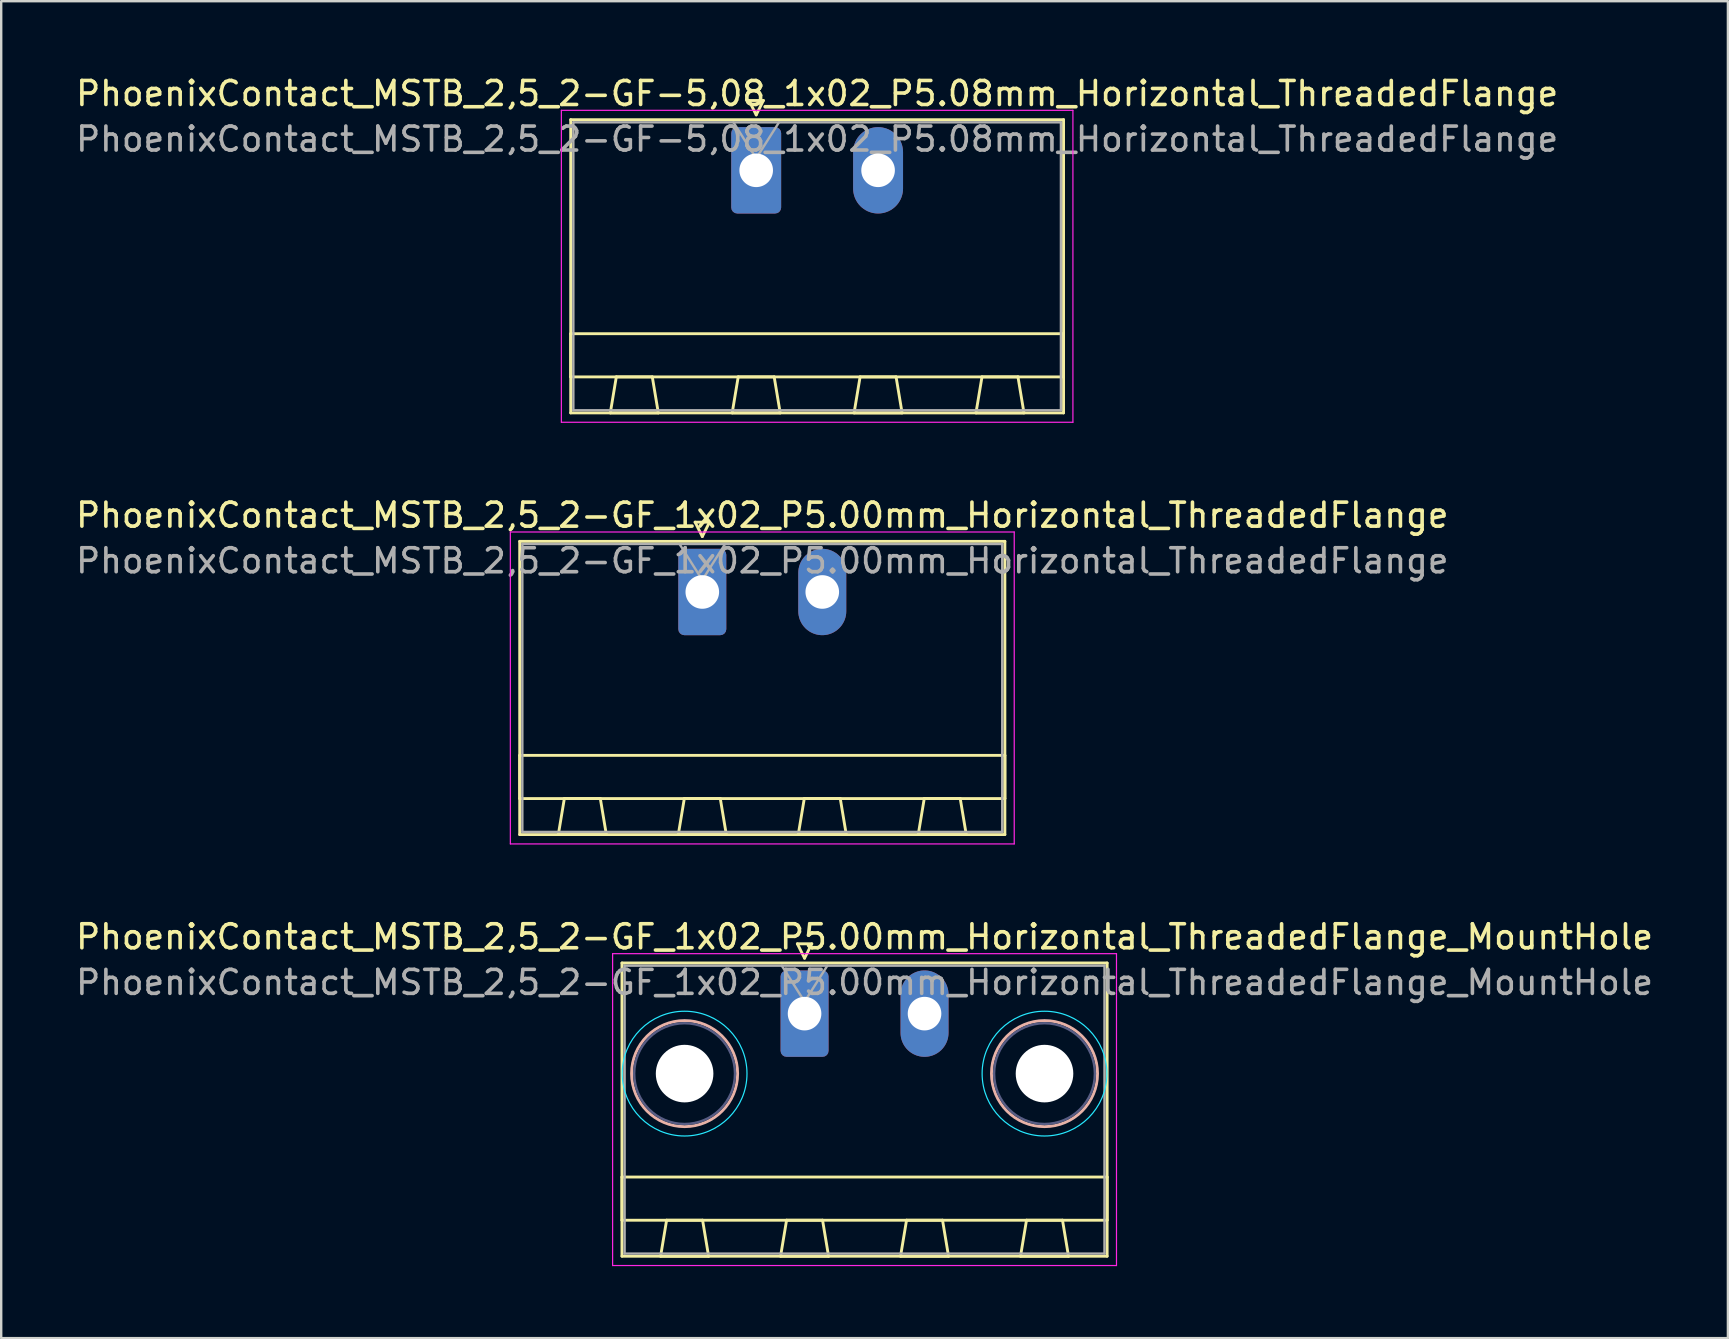
<source format=kicad_pcb>
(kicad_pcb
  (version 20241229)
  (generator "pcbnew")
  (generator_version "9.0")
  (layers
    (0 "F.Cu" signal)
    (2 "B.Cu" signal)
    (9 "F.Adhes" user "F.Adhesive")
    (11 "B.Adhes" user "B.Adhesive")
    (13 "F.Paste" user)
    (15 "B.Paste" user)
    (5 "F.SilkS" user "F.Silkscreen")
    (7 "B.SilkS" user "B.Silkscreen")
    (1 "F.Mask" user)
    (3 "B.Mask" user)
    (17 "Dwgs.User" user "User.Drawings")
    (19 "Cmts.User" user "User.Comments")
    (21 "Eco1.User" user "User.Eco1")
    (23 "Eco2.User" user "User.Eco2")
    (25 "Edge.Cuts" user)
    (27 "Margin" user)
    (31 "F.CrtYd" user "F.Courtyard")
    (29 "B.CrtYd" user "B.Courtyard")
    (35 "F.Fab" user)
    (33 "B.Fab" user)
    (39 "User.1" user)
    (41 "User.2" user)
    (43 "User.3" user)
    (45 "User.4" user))
  (footprint "PhoenixContact_MSTB_2,5_2-GF_1x02_P5.00mm_Horizontal_ThreadedFlange_MountHole"
    (layer "F.Cu")
    (at 30.482 39.195)
    (property "Reference" "PhoenixContact_MSTB_2,5_2-GF_1x02_P5.00mm_Horizontal_ThreadedFlange_MountHole" (at 2.5 -3.2 0) (layer "F.SilkS") (effects (font (size 1 1) (thickness 0.15))))
    (attr through_hole)
    (fp_line (start -7.61 -2.11) (end -7.61 10.11) (stroke (width 0.12) (type solid)) (layer "F.SilkS"))
    (fp_line (start -7.61 6.81) (end 12.61 6.81) (stroke (width 0.12) (type solid)) (layer "F.SilkS"))
    (fp_line (start -7.61 8.61) (end -7.61 6.81) (stroke (width 0.12) (type solid)) (layer "F.SilkS"))
    (fp_line (start -7.61 10.11) (end 12.61 10.11) (stroke (width 0.12) (type solid)) (layer "F.SilkS"))
    (fp_line (start -6 10.11) (end -4 10.11) (stroke (width 0.12) (type solid)) (layer "F.SilkS"))
    (fp_line (start -5.75 8.61) (end -6 10.11) (stroke (width 0.12) (type solid)) (layer "F.SilkS"))
    (fp_line (start -4.25 8.61) (end -5.75 8.61) (stroke (width 0.12) (type solid)) (layer "F.SilkS"))
    (fp_line (start -4 10.11) (end -4.25 8.61) (stroke (width 0.12) (type solid)) (layer "F.SilkS"))
    (fp_line (start -1 10.11) (end 1 10.11) (stroke (width 0.12) (type solid)) (layer "F.SilkS"))
    (fp_line (start -0.75 8.61) (end -1 10.11) (stroke (width 0.12) (type solid)) (layer "F.SilkS"))
    (fp_line (start -0.3 -2.91) (end 0.3 -2.91) (stroke (width 0.12) (type solid)) (layer "F.SilkS"))
    (fp_line (start 0 -2.31) (end -0.3 -2.91) (stroke (width 0.12) (type solid)) (layer "F.SilkS"))
    (fp_line (start 0.3 -2.91) (end 0 -2.31) (stroke (width 0.12) (type solid)) (layer "F.SilkS"))
    (fp_line (start 0.75 8.61) (end -0.75 8.61) (stroke (width 0.12) (type solid)) (layer "F.SilkS"))
    (fp_line (start 1 10.11) (end 0.75 8.61) (stroke (width 0.12) (type solid)) (layer "F.SilkS"))
    (fp_line (start 4 10.11) (end 6 10.11) (stroke (width 0.12) (type solid)) (layer "F.SilkS"))
    (fp_line (start 4.25 8.61) (end 4 10.11) (stroke (width 0.12) (type solid)) (layer "F.SilkS"))
    (fp_line (start 5.75 8.61) (end 4.25 8.61) (stroke (width 0.12) (type solid)) (layer "F.SilkS"))
    (fp_line (start 6 10.11) (end 5.75 8.61) (stroke (width 0.12) (type solid)) (layer "F.SilkS"))
    (fp_line (start 9 10.11) (end 11 10.11) (stroke (width 0.12) (type solid)) (layer "F.SilkS"))
    (fp_line (start 9.25 8.61) (end 9 10.11) (stroke (width 0.12) (type solid)) (layer "F.SilkS"))
    (fp_line (start 10.75 8.61) (end 9.25 8.61) (stroke (width 0.12) (type solid)) (layer "F.SilkS"))
    (fp_line (start 11 10.11) (end 10.75 8.61) (stroke (width 0.12) (type solid)) (layer "F.SilkS"))
    (fp_line (start 12.61 -2.11) (end -7.61 -2.11) (stroke (width 0.12) (type solid)) (layer "F.SilkS"))
    (fp_line (start 12.61 6.81) (end 12.61 8.61) (stroke (width 0.12) (type solid)) (layer "F.SilkS"))
    (fp_line (start 12.61 8.61) (end -7.61 8.61) (stroke (width 0.12) (type solid)) (layer "F.SilkS"))
    (fp_line (start 12.61 10.11) (end 12.61 -2.11) (stroke (width 0.12) (type solid)) (layer "F.SilkS"))
    (fp_circle (center -5 2.5) (end -2.79 2.5) (stroke (width 0.12) (type solid)) (fill no) (layer "B.SilkS"))
    (fp_circle (center 10 2.5) (end 12.21 2.5) (stroke (width 0.12) (type solid)) (fill no) (layer "B.SilkS"))
    (fp_circle (center -5 2.5) (end -2.4 2.5) (stroke (width 0.05) (type solid)) (fill no) (layer "B.CrtYd"))
    (fp_circle (center 10 2.5) (end 12.6 2.5) (stroke (width 0.05) (type solid)) (fill no) (layer "B.CrtYd"))
    (fp_line (start -8 -2.5) (end -8 10.5) (stroke (width 0.05) (type solid)) (layer "F.CrtYd"))
    (fp_line (start -8 10.5) (end 13 10.5) (stroke (width 0.05) (type solid)) (layer "F.CrtYd"))
    (fp_line (start 13 -2.5) (end -8 -2.5) (stroke (width 0.05) (type solid)) (layer "F.CrtYd"))
    (fp_line (start 13 10.5) (end 13 -2.5) (stroke (width 0.05) (type solid)) (layer "F.CrtYd"))
    (fp_circle (center -5 2.5) (end -2.9 2.5) (stroke (width 0.1) (type solid)) (fill no) (layer "B.Fab"))
    (fp_circle (center 10 2.5) (end 12.1 2.5) (stroke (width 0.1) (type solid)) (fill no) (layer "B.Fab"))
    (fp_line (start -7.5 -2) (end -7.5 10) (stroke (width 0.1) (type solid)) (layer "F.Fab"))
    (fp_line (start -7.5 10) (end 12.5 10) (stroke (width 0.1) (type solid)) (layer "F.Fab"))
    (fp_line (start 0 -0.5) (end -0.95 -2) (stroke (width 0.1) (type solid)) (layer "F.Fab"))
    (fp_line (start 0.95 -2) (end 0 -0.5) (stroke (width 0.1) (type solid)) (layer "F.Fab"))
    (fp_line (start 12.5 -2) (end -7.5 -2) (stroke (width 0.1) (type solid)) (layer "F.Fab"))
    (fp_line (start 12.5 10) (end 12.5 -2) (stroke (width 0.1) (type solid)) (layer "F.Fab"))
    (fp_text user "${REFERENCE}" (at 2.5 -1.3 0) (layer "F.Fab") (effects (font (size 1 1) (thickness 0.15))))
    (pad "" np_thru_hole circle (at -5 2.5) (size 2.4 2.4) (drill 2.4) (layers "*.Cu" "*.Mask"))
    (pad "" np_thru_hole circle (at 10 2.5) (size 2.4 2.4) (drill 2.4) (layers "*.Cu" "*.Mask"))
    (pad "1" thru_hole roundrect (at 0 0) (size 2 3.6) (drill 1.4) (layers "*.Cu" "*.Mask") (roundrect_rratio 0.125))
    (pad "2" thru_hole oval (at 5 0) (size 2 3.6) (drill 1.4) (layers "*.Cu" "*.Mask")))
  (footprint "PhoenixContact_MSTB_2,5_2-GF-5,08_1x02_P5.08mm_Horizontal_ThreadedFlange"
    (layer "F.Cu")
    (at 28.466 4.048)
    (property "Reference" "PhoenixContact_MSTB_2,5_2-GF-5,08_1x02_P5.08mm_Horizontal_ThreadedFlange" (at 2.54 -3.2 0) (layer "F.SilkS") (effects (font (size 1 1) (thickness 0.15))))
    (attr through_hole)
    (fp_line (start -7.73 -2.11) (end -7.73 10.11) (stroke (width 0.12) (type solid)) (layer "F.SilkS"))
    (fp_line (start -7.73 6.81) (end 12.81 6.81) (stroke (width 0.12) (type solid)) (layer "F.SilkS"))
    (fp_line (start -7.73 8.61) (end -7.73 6.81) (stroke (width 0.12) (type solid)) (layer "F.SilkS"))
    (fp_line (start -7.73 10.11) (end 12.81 10.11) (stroke (width 0.12) (type solid)) (layer "F.SilkS"))
    (fp_line (start -6.08 10.11) (end -4.08 10.11) (stroke (width 0.12) (type solid)) (layer "F.SilkS"))
    (fp_line (start -5.83 8.61) (end -6.08 10.11) (stroke (width 0.12) (type solid)) (layer "F.SilkS"))
    (fp_line (start -4.33 8.61) (end -5.83 8.61) (stroke (width 0.12) (type solid)) (layer "F.SilkS"))
    (fp_line (start -4.08 10.11) (end -4.33 8.61) (stroke (width 0.12) (type solid)) (layer "F.SilkS"))
    (fp_line (start -1 10.11) (end 1 10.11) (stroke (width 0.12) (type solid)) (layer "F.SilkS"))
    (fp_line (start -0.75 8.61) (end -1 10.11) (stroke (width 0.12) (type solid)) (layer "F.SilkS"))
    (fp_line (start -0.3 -2.91) (end 0.3 -2.91) (stroke (width 0.12) (type solid)) (layer "F.SilkS"))
    (fp_line (start 0 -2.31) (end -0.3 -2.91) (stroke (width 0.12) (type solid)) (layer "F.SilkS"))
    (fp_line (start 0.3 -2.91) (end 0 -2.31) (stroke (width 0.12) (type solid)) (layer "F.SilkS"))
    (fp_line (start 0.75 8.61) (end -0.75 8.61) (stroke (width 0.12) (type solid)) (layer "F.SilkS"))
    (fp_line (start 1 10.11) (end 0.75 8.61) (stroke (width 0.12) (type solid)) (layer "F.SilkS"))
    (fp_line (start 4.08 10.11) (end 6.08 10.11) (stroke (width 0.12) (type solid)) (layer "F.SilkS"))
    (fp_line (start 4.33 8.61) (end 4.08 10.11) (stroke (width 0.12) (type solid)) (layer "F.SilkS"))
    (fp_line (start 5.83 8.61) (end 4.33 8.61) (stroke (width 0.12) (type solid)) (layer "F.SilkS"))
    (fp_line (start 6.08 10.11) (end 5.83 8.61) (stroke (width 0.12) (type solid)) (layer "F.SilkS"))
    (fp_line (start 9.16 10.11) (end 11.16 10.11) (stroke (width 0.12) (type solid)) (layer "F.SilkS"))
    (fp_line (start 9.41 8.61) (end 9.16 10.11) (stroke (width 0.12) (type solid)) (layer "F.SilkS"))
    (fp_line (start 10.91 8.61) (end 9.41 8.61) (stroke (width 0.12) (type solid)) (layer "F.SilkS"))
    (fp_line (start 11.16 10.11) (end 10.91 8.61) (stroke (width 0.12) (type solid)) (layer "F.SilkS"))
    (fp_line (start 12.81 -2.11) (end -7.73 -2.11) (stroke (width 0.12) (type solid)) (layer "F.SilkS"))
    (fp_line (start 12.81 6.81) (end 12.81 8.61) (stroke (width 0.12) (type solid)) (layer "F.SilkS"))
    (fp_line (start 12.81 8.61) (end -7.73 8.61) (stroke (width 0.12) (type solid)) (layer "F.SilkS"))
    (fp_line (start 12.81 10.11) (end 12.81 -2.11) (stroke (width 0.12) (type solid)) (layer "F.SilkS"))
    (fp_line (start -8.12 -2.5) (end -8.12 10.5) (stroke (width 0.05) (type solid)) (layer "F.CrtYd"))
    (fp_line (start -8.12 10.5) (end 13.2 10.5) (stroke (width 0.05) (type solid)) (layer "F.CrtYd"))
    (fp_line (start 13.2 -2.5) (end -8.12 -2.5) (stroke (width 0.05) (type solid)) (layer "F.CrtYd"))
    (fp_line (start 13.2 10.5) (end 13.2 -2.5) (stroke (width 0.05) (type solid)) (layer "F.CrtYd"))
    (fp_line (start -7.62 -2) (end -7.62 10) (stroke (width 0.1) (type solid)) (layer "F.Fab"))
    (fp_line (start -7.62 10) (end 12.7 10) (stroke (width 0.1) (type solid)) (layer "F.Fab"))
    (fp_line (start 0 -0.5) (end -0.95 -2) (stroke (width 0.1) (type solid)) (layer "F.Fab"))
    (fp_line (start 0.95 -2) (end 0 -0.5) (stroke (width 0.1) (type solid)) (layer "F.Fab"))
    (fp_line (start 12.7 -2) (end -7.62 -2) (stroke (width 0.1) (type solid)) (layer "F.Fab"))
    (fp_line (start 12.7 10) (end 12.7 -2) (stroke (width 0.1) (type solid)) (layer "F.Fab"))
    (fp_text user "${REFERENCE}" (at 2.54 -1.3 0) (layer "F.Fab") (effects (font (size 1 1) (thickness 0.15))))
    (pad "1" thru_hole roundrect (at 0 0) (size 2.08 3.6) (drill 1.4) (layers "*.Cu" "*.Mask") (roundrect_rratio 0.12))
    (pad "2" thru_hole oval (at 5.08 0) (size 2.08 3.6) (drill 1.4) (layers "*.Cu" "*.Mask")))
  (footprint "PhoenixContact_MSTB_2,5_2-GF_1x02_P5.00mm_Horizontal_ThreadedFlange"
    (layer "F.Cu")
    (at 26.22 21.622)
    (property "Reference" "PhoenixContact_MSTB_2,5_2-GF_1x02_P5.00mm_Horizontal_ThreadedFlange" (at 2.5 -3.2 0) (layer "F.SilkS") (effects (font (size 1 1) (thickness 0.15))))
    (attr through_hole)
    (fp_line (start -7.61 -2.11) (end -7.61 10.11) (stroke (width 0.12) (type solid)) (layer "F.SilkS"))
    (fp_line (start -7.61 6.81) (end 12.61 6.81) (stroke (width 0.12) (type solid)) (layer "F.SilkS"))
    (fp_line (start -7.61 8.61) (end -7.61 6.81) (stroke (width 0.12) (type solid)) (layer "F.SilkS"))
    (fp_line (start -7.61 10.11) (end 12.61 10.11) (stroke (width 0.12) (type solid)) (layer "F.SilkS"))
    (fp_line (start -6 10.11) (end -4 10.11) (stroke (width 0.12) (type solid)) (layer "F.SilkS"))
    (fp_line (start -5.75 8.61) (end -6 10.11) (stroke (width 0.12) (type solid)) (layer "F.SilkS"))
    (fp_line (start -4.25 8.61) (end -5.75 8.61) (stroke (width 0.12) (type solid)) (layer "F.SilkS"))
    (fp_line (start -4 10.11) (end -4.25 8.61) (stroke (width 0.12) (type solid)) (layer "F.SilkS"))
    (fp_line (start -1 10.11) (end 1 10.11) (stroke (width 0.12) (type solid)) (layer "F.SilkS"))
    (fp_line (start -0.75 8.61) (end -1 10.11) (stroke (width 0.12) (type solid)) (layer "F.SilkS"))
    (fp_line (start -0.3 -2.91) (end 0.3 -2.91) (stroke (width 0.12) (type solid)) (layer "F.SilkS"))
    (fp_line (start 0 -2.31) (end -0.3 -2.91) (stroke (width 0.12) (type solid)) (layer "F.SilkS"))
    (fp_line (start 0.3 -2.91) (end 0 -2.31) (stroke (width 0.12) (type solid)) (layer "F.SilkS"))
    (fp_line (start 0.75 8.61) (end -0.75 8.61) (stroke (width 0.12) (type solid)) (layer "F.SilkS"))
    (fp_line (start 1 10.11) (end 0.75 8.61) (stroke (width 0.12) (type solid)) (layer "F.SilkS"))
    (fp_line (start 4 10.11) (end 6 10.11) (stroke (width 0.12) (type solid)) (layer "F.SilkS"))
    (fp_line (start 4.25 8.61) (end 4 10.11) (stroke (width 0.12) (type solid)) (layer "F.SilkS"))
    (fp_line (start 5.75 8.61) (end 4.25 8.61) (stroke (width 0.12) (type solid)) (layer "F.SilkS"))
    (fp_line (start 6 10.11) (end 5.75 8.61) (stroke (width 0.12) (type solid)) (layer "F.SilkS"))
    (fp_line (start 9 10.11) (end 11 10.11) (stroke (width 0.12) (type solid)) (layer "F.SilkS"))
    (fp_line (start 9.25 8.61) (end 9 10.11) (stroke (width 0.12) (type solid)) (layer "F.SilkS"))
    (fp_line (start 10.75 8.61) (end 9.25 8.61) (stroke (width 0.12) (type solid)) (layer "F.SilkS"))
    (fp_line (start 11 10.11) (end 10.75 8.61) (stroke (width 0.12) (type solid)) (layer "F.SilkS"))
    (fp_line (start 12.61 -2.11) (end -7.61 -2.11) (stroke (width 0.12) (type solid)) (layer "F.SilkS"))
    (fp_line (start 12.61 6.81) (end 12.61 8.61) (stroke (width 0.12) (type solid)) (layer "F.SilkS"))
    (fp_line (start 12.61 8.61) (end -7.61 8.61) (stroke (width 0.12) (type solid)) (layer "F.SilkS"))
    (fp_line (start 12.61 10.11) (end 12.61 -2.11) (stroke (width 0.12) (type solid)) (layer "F.SilkS"))
    (fp_line (start -8 -2.5) (end -8 10.5) (stroke (width 0.05) (type solid)) (layer "F.CrtYd"))
    (fp_line (start -8 10.5) (end 13 10.5) (stroke (width 0.05) (type solid)) (layer "F.CrtYd"))
    (fp_line (start 13 -2.5) (end -8 -2.5) (stroke (width 0.05) (type solid)) (layer "F.CrtYd"))
    (fp_line (start 13 10.5) (end 13 -2.5) (stroke (width 0.05) (type solid)) (layer "F.CrtYd"))
    (fp_line (start -7.5 -2) (end -7.5 10) (stroke (width 0.1) (type solid)) (layer "F.Fab"))
    (fp_line (start -7.5 10) (end 12.5 10) (stroke (width 0.1) (type solid)) (layer "F.Fab"))
    (fp_line (start 0 -0.5) (end -0.95 -2) (stroke (width 0.1) (type solid)) (layer "F.Fab"))
    (fp_line (start 0.95 -2) (end 0 -0.5) (stroke (width 0.1) (type solid)) (layer "F.Fab"))
    (fp_line (start 12.5 -2) (end -7.5 -2) (stroke (width 0.1) (type solid)) (layer "F.Fab"))
    (fp_line (start 12.5 10) (end 12.5 -2) (stroke (width 0.1) (type solid)) (layer "F.Fab"))
    (fp_text user "${REFERENCE}" (at 2.5 -1.3 0) (layer "F.Fab") (effects (font (size 1 1) (thickness 0.15))))
    (pad "1" thru_hole roundrect (at 0 0) (size 2 3.6) (drill 1.4) (layers "*.Cu" "*.Mask") (roundrect_rratio 0.125))
    (pad "2" thru_hole oval (at 5 0) (size 2 3.6) (drill 1.4) (layers "*.Cu" "*.Mask")))
  (gr_rect
    (start -3 -3)
    (end 68.964 52.72)
    (stroke (width 0.1) (type default))
    (fill no)
    (layer "Edge.Cuts")))
</source>
